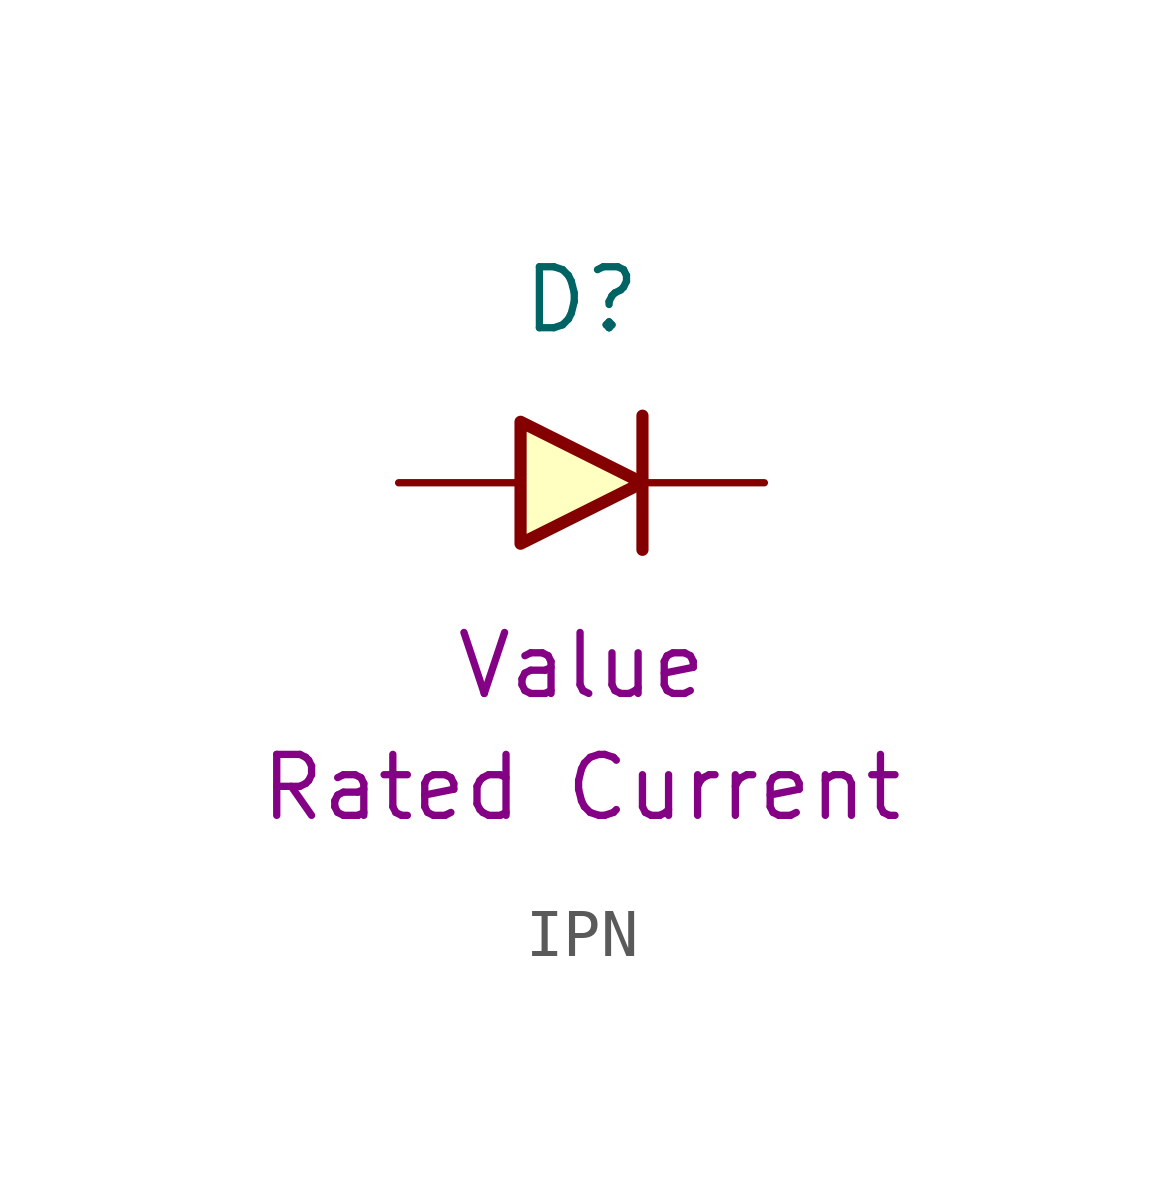
<source format=kicad_sym>
(kicad_symbol_lib
  (version 20211014)
  (generator kicad_symbol_editor)
  (symbol "IPN"
    (pin_numbers hide)
    (pin_names
      (offset 0) hide)
    (property "Reference" "D"
      (at 0 3.81 0)
      (effects (font (size 1.27 1.27))))
    (property "Part Number" "Value"
      (at 0 -3.81 0)
      (effects (font (size 1.27 1.27))))
    (property "Current (Amps)" "Rated Current"
      (at 0 -6.35 0)
      (effects (font (size 1.27 1.27))))
    (symbol "IPN_0_1"
      (polyline (pts (xy 1.27 -1.397) (xy 1.27 1.397)) (stroke (width 0.254) (type default) (color 0 0 0 0)) (fill (type none)))
      (polyline (pts (xy -1.27 1.27) (xy -1.27 -1.27) (xy 1.27 0) (xy -1.27 1.27)) (stroke (width 0.254) (type default) (color 0 0 0 0)) (fill (type background))))
    (symbol "IPN_1_1"
      (pin passive line (at 3.81 0 180) (length 2.54) (name "Cathode" (effects (font (size 1.27 1.27)))) (number "1" (effects (font (size 1.27 1.27)))))
      (pin passive line (at -3.81 0 0) (length 2.54) (name "Anode" (effects (font (size 1.27 1.27)))) (number "2" (effects (font (size 1.27 1.27))))))))
</source>
